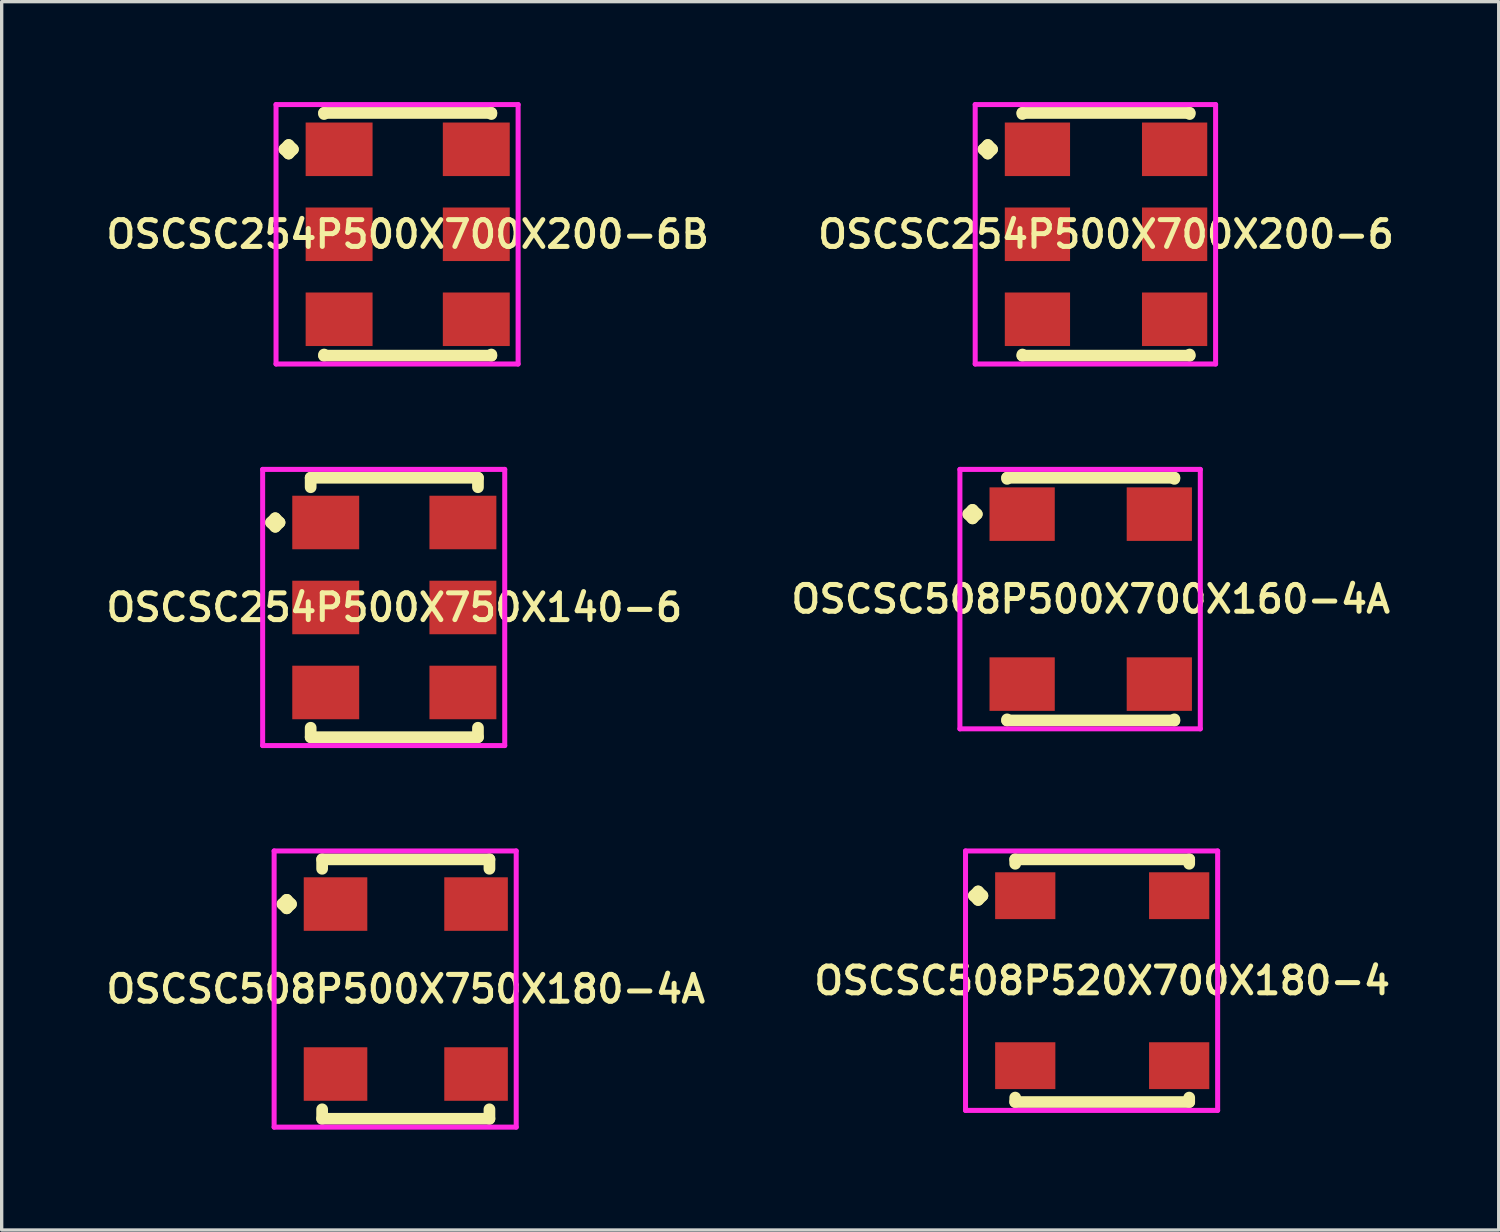
<source format=kicad_pcb>
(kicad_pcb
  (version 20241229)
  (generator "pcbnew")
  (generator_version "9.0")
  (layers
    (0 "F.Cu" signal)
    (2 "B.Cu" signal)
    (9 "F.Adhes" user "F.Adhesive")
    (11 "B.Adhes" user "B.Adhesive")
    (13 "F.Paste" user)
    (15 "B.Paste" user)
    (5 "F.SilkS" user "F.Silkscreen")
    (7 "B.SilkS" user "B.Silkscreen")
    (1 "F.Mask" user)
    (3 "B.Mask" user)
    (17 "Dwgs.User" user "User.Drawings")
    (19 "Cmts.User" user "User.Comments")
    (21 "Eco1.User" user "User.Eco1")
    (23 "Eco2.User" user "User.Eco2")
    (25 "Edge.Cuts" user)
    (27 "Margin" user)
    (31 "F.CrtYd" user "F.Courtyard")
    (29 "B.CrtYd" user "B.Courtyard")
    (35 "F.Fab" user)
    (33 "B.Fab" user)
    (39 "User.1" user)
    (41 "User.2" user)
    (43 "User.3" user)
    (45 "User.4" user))
  (footprint "OSCSC254P500X750X140-6"
    (layer "F.Cu")
    (at 8.735 15.106)
    (property "Reference" "OSCSC254P500X750X140-6" (at 0 0 0) (layer "F.SilkS") (effects (font (size 0.8 0.8) (thickness 0.15))))
    (attr through_hole)
    (fp_line (start -3.685 -2.54) (end -3.558 -2.667) (stroke (width 0.35) (type solid)) (layer "F.SilkS"))
    (fp_line (start -3.558 -2.667) (end -3.431 -2.54) (stroke (width 0.35) (type solid)) (layer "F.SilkS"))
    (fp_line (start -3.558 -2.413) (end -3.685 -2.54) (stroke (width 0.35) (type solid)) (layer "F.SilkS"))
    (fp_line (start -3.431 -2.54) (end -3.558 -2.413) (stroke (width 0.35) (type solid)) (layer "F.SilkS"))
    (fp_line (start -2.5 -3.877) (end 2.5 -3.877) (stroke (width 0.35) (type solid)) (layer "F.SilkS"))
    (fp_line (start -2.5 -3.594) (end -2.5 -3.877) (stroke (width 0.35) (type solid)) (layer "F.SilkS"))
    (fp_line (start -2.5 3.594) (end -2.5 3.877) (stroke (width 0.35) (type solid)) (layer "F.SilkS"))
    (fp_line (start -2.5 3.877) (end 2.5 3.877) (stroke (width 0.35) (type solid)) (layer "F.SilkS"))
    (fp_line (start 2.5 -3.877) (end 2.5 -3.594) (stroke (width 0.35) (type solid)) (layer "F.SilkS"))
    (fp_line (start 2.5 3.877) (end 2.5 3.594) (stroke (width 0.35) (type solid)) (layer "F.SilkS"))
    (fp_line (start -3.935 -4.127) (end 3.3 -4.127) (stroke (width 0.15) (type solid)) (layer "F.CrtYd"))
    (fp_line (start -3.935 4.127) (end -3.935 -4.127) (stroke (width 0.15) (type solid)) (layer "F.CrtYd"))
    (fp_line (start 3.3 -4.127) (end 3.3 4.127) (stroke (width 0.15) (type solid)) (layer "F.CrtYd"))
    (fp_line (start 3.3 4.127) (end -3.935 4.127) (stroke (width 0.15) (type solid)) (layer "F.CrtYd"))
    (pad "1" smd rect (at -2.05 -2.54) (size 2 1.6) (layers "F.Cu" "F.Mask" "F.Paste"))
    (pad "2" smd rect (at -2.05 0) (size 2 1.6) (layers "F.Cu" "F.Mask" "F.Paste"))
    (pad "3" smd rect (at -2.05 2.54) (size 2 1.6) (layers "F.Cu" "F.Mask" "F.Paste"))
    (pad "4" smd rect (at 2.05 2.54) (size 2 1.6) (layers "F.Cu" "F.Mask" "F.Paste"))
    (pad "5" smd rect (at 2.05 0) (size 2 1.6) (layers "F.Cu" "F.Mask" "F.Paste"))
    (pad "6" smd rect (at 2.05 -2.54) (size 2 1.6) (layers "F.Cu" "F.Mask" "F.Paste")))
  (footprint "OSCSC254P500X700X200-6"
    (layer "F.Cu")
    (at 30.006 3.952)
    (property "Reference" "OSCSC254P500X700X200-6" (at 0 0 0) (layer "F.SilkS") (effects (font (size 0.8 0.8) (thickness 0.15))))
    (attr smd)
    (fp_line (start -3.66 -2.54) (end -3.533 -2.667) (stroke (width 0.35) (type solid)) (layer "F.SilkS"))
    (fp_line (start -3.533 -2.667) (end -3.406 -2.54) (stroke (width 0.35) (type solid)) (layer "F.SilkS"))
    (fp_line (start -3.533 -2.413) (end -3.66 -2.54) (stroke (width 0.35) (type solid)) (layer "F.SilkS"))
    (fp_line (start -3.406 -2.54) (end -3.533 -2.413) (stroke (width 0.35) (type solid)) (layer "F.SilkS"))
    (fp_line (start -2.5 -3.627) (end 2.5 -3.627) (stroke (width 0.35) (type solid)) (layer "F.SilkS"))
    (fp_line (start -2.5 -3.594) (end -2.5 -3.627) (stroke (width 0.35) (type solid)) (layer "F.SilkS"))
    (fp_line (start -2.5 3.594) (end -2.5 3.627) (stroke (width 0.35) (type solid)) (layer "F.SilkS"))
    (fp_line (start -2.5 3.627) (end 2.5 3.627) (stroke (width 0.35) (type solid)) (layer "F.SilkS"))
    (fp_line (start 2.5 -3.627) (end 2.5 -3.594) (stroke (width 0.35) (type solid)) (layer "F.SilkS"))
    (fp_line (start 2.5 3.627) (end 2.5 3.594) (stroke (width 0.35) (type solid)) (layer "F.SilkS"))
    (fp_line (start -3.91 -3.877) (end 3.275 -3.877) (stroke (width 0.15) (type solid)) (layer "F.CrtYd"))
    (fp_line (start -3.91 3.877) (end -3.91 -3.877) (stroke (width 0.15) (type solid)) (layer "F.CrtYd"))
    (fp_line (start 3.275 -3.877) (end 3.275 3.877) (stroke (width 0.15) (type solid)) (layer "F.CrtYd"))
    (fp_line (start 3.275 3.877) (end -3.91 3.877) (stroke (width 0.15) (type solid)) (layer "F.CrtYd"))
    (pad "1" smd rect (at -2.05 -2.54) (size 1.95 1.6) (layers "F.Cu" "F.Mask" "F.Paste"))
    (pad "2" smd rect (at -2.05 0) (size 1.95 1.6) (layers "F.Cu" "F.Mask" "F.Paste"))
    (pad "3" smd rect (at -2.05 2.54) (size 1.95 1.6) (layers "F.Cu" "F.Mask" "F.Paste"))
    (pad "4" smd rect (at 2.05 2.54) (size 1.95 1.6) (layers "F.Cu" "F.Mask" "F.Paste"))
    (pad "5" smd rect (at 2.05 0) (size 1.95 1.6) (layers "F.Cu" "F.Mask" "F.Paste"))
    (pad "6" smd rect (at 2.05 -2.54) (size 1.95 1.6) (layers "F.Cu" "F.Mask" "F.Paste")))
  (footprint "OSCSC254P500X700X200-6B"
    (layer "F.Cu")
    (at 9.135 3.952)
    (property "Reference" "OSCSC254P500X700X200-6B" (at 0 0 0) (layer "F.SilkS") (effects (font (size 0.8 0.8) (thickness 0.15))))
    (attr smd)
    (fp_line (start -3.685 -2.54) (end -3.558 -2.667) (stroke (width 0.35) (type solid)) (layer "F.SilkS"))
    (fp_line (start -3.558 -2.667) (end -3.431 -2.54) (stroke (width 0.35) (type solid)) (layer "F.SilkS"))
    (fp_line (start -3.558 -2.413) (end -3.685 -2.54) (stroke (width 0.35) (type solid)) (layer "F.SilkS"))
    (fp_line (start -3.431 -2.54) (end -3.558 -2.413) (stroke (width 0.35) (type solid)) (layer "F.SilkS"))
    (fp_line (start -2.5 -3.627) (end 2.5 -3.627) (stroke (width 0.35) (type solid)) (layer "F.SilkS"))
    (fp_line (start -2.5 -3.594) (end -2.5 -3.627) (stroke (width 0.35) (type solid)) (layer "F.SilkS"))
    (fp_line (start -2.5 3.594) (end -2.5 3.627) (stroke (width 0.35) (type solid)) (layer "F.SilkS"))
    (fp_line (start -2.5 3.627) (end 2.5 3.627) (stroke (width 0.35) (type solid)) (layer "F.SilkS"))
    (fp_line (start 2.5 -3.627) (end 2.5 -3.594) (stroke (width 0.35) (type solid)) (layer "F.SilkS"))
    (fp_line (start 2.5 3.627) (end 2.5 3.594) (stroke (width 0.35) (type solid)) (layer "F.SilkS"))
    (fp_line (start -3.935 -3.877) (end 3.3 -3.877) (stroke (width 0.15) (type solid)) (layer "F.CrtYd"))
    (fp_line (start -3.935 3.877) (end -3.935 -3.877) (stroke (width 0.15) (type solid)) (layer "F.CrtYd"))
    (fp_line (start 3.3 -3.877) (end 3.3 3.877) (stroke (width 0.15) (type solid)) (layer "F.CrtYd"))
    (fp_line (start 3.3 3.877) (end -3.935 3.877) (stroke (width 0.15) (type solid)) (layer "F.CrtYd"))
    (pad "1" smd rect (at -2.05 -2.54) (size 2 1.6) (layers "F.Cu" "F.Mask" "F.Paste"))
    (pad "2" smd rect (at -2.05 0) (size 2 1.6) (layers "F.Cu" "F.Mask" "F.Paste"))
    (pad "3" smd rect (at -2.05 2.54) (size 2 1.6) (layers "F.Cu" "F.Mask" "F.Paste"))
    (pad "4" smd rect (at 2.05 2.54) (size 2 1.6) (layers "F.Cu" "F.Mask" "F.Paste"))
    (pad "5" smd rect (at 2.05 0) (size 2 1.6) (layers "F.Cu" "F.Mask" "F.Paste"))
    (pad "6" smd rect (at 2.05 -2.54) (size 2 1.6) (layers "F.Cu" "F.Mask" "F.Paste")))
  (footprint "OSCSC508P500X750X180-4A"
    (layer "F.Cu")
    (at 9.078 26.51)
    (property "Reference" "OSCSC508P500X750X180-4A" (at 0 0 0) (layer "F.SilkS") (effects (font (size 0.8 0.8) (thickness 0.15))))
    (attr smd)
    (fp_line (start -3.685 -2.54) (end -3.558 -2.667) (stroke (width 0.35) (type solid)) (layer "F.SilkS"))
    (fp_line (start -3.558 -2.667) (end -3.431 -2.54) (stroke (width 0.35) (type solid)) (layer "F.SilkS"))
    (fp_line (start -3.558 -2.413) (end -3.685 -2.54) (stroke (width 0.35) (type solid)) (layer "F.SilkS"))
    (fp_line (start -3.431 -2.54) (end -3.558 -2.413) (stroke (width 0.35) (type solid)) (layer "F.SilkS"))
    (fp_line (start -2.5 -3.877) (end 2.5 -3.877) (stroke (width 0.35) (type solid)) (layer "F.SilkS"))
    (fp_line (start -2.5 -3.594) (end -2.5 -3.877) (stroke (width 0.35) (type solid)) (layer "F.SilkS"))
    (fp_line (start -2.5 3.594) (end -2.5 3.877) (stroke (width 0.35) (type solid)) (layer "F.SilkS"))
    (fp_line (start -2.5 3.877) (end 2.5 3.877) (stroke (width 0.35) (type solid)) (layer "F.SilkS"))
    (fp_line (start 2.5 -3.877) (end 2.5 -3.594) (stroke (width 0.35) (type solid)) (layer "F.SilkS"))
    (fp_line (start 2.5 3.877) (end 2.5 3.594) (stroke (width 0.35) (type solid)) (layer "F.SilkS"))
    (fp_line (start -3.935 -4.127) (end 3.3 -4.127) (stroke (width 0.15) (type solid)) (layer "F.CrtYd"))
    (fp_line (start -3.935 4.127) (end -3.935 -4.127) (stroke (width 0.15) (type solid)) (layer "F.CrtYd"))
    (fp_line (start 3.3 -4.127) (end 3.3 4.127) (stroke (width 0.15) (type solid)) (layer "F.CrtYd"))
    (fp_line (start 3.3 4.127) (end -3.935 4.127) (stroke (width 0.15) (type solid)) (layer "F.CrtYd"))
    (pad "1" smd rect (at -2.1 -2.54) (size 1.9 1.6) (layers "F.Cu" "F.Mask" "F.Paste"))
    (pad "2" smd rect (at -2.1 2.54) (size 1.9 1.6) (layers "F.Cu" "F.Mask" "F.Paste"))
    (pad "3" smd rect (at 2.1 2.54) (size 1.9 1.6) (layers "F.Cu" "F.Mask" "F.Paste"))
    (pad "4" smd rect (at 2.1 -2.54) (size 1.9 1.6) (layers "F.Cu" "F.Mask" "F.Paste")))
  (footprint "OSCSC508P520X700X180-4"
    (layer "F.Cu")
    (at 29.892 26.26)
    (property "Reference" "OSCSC508P520X700X180-4" (at 0 0 0) (layer "F.SilkS") (effects (font (size 0.8 0.8) (thickness 0.15))))
    (attr smd)
    (fp_line (start -3.835 -2.54) (end -3.708 -2.667) (stroke (width 0.35) (type solid)) (layer "F.SilkS"))
    (fp_line (start -3.708 -2.667) (end -3.581 -2.54) (stroke (width 0.35) (type solid)) (layer "F.SilkS"))
    (fp_line (start -3.708 -2.413) (end -3.835 -2.54) (stroke (width 0.35) (type solid)) (layer "F.SilkS"))
    (fp_line (start -3.581 -2.54) (end -3.708 -2.413) (stroke (width 0.35) (type solid)) (layer "F.SilkS"))
    (fp_line (start -2.6 -3.627) (end 2.6 -3.627) (stroke (width 0.35) (type solid)) (layer "F.SilkS"))
    (fp_line (start -2.6 -3.494) (end -2.6 -3.627) (stroke (width 0.35) (type solid)) (layer "F.SilkS"))
    (fp_line (start -2.6 3.494) (end -2.6 3.627) (stroke (width 0.35) (type solid)) (layer "F.SilkS"))
    (fp_line (start -2.6 3.627) (end 2.6 3.627) (stroke (width 0.35) (type solid)) (layer "F.SilkS"))
    (fp_line (start 2.6 -3.627) (end 2.6 -3.494) (stroke (width 0.35) (type solid)) (layer "F.SilkS"))
    (fp_line (start 2.6 3.627) (end 2.6 3.494) (stroke (width 0.35) (type solid)) (layer "F.SilkS"))
    (fp_line (start -4.085 -3.877) (end 3.45 -3.877) (stroke (width 0.15) (type solid)) (layer "F.CrtYd"))
    (fp_line (start -4.085 3.877) (end -4.085 -3.877) (stroke (width 0.15) (type solid)) (layer "F.CrtYd"))
    (fp_line (start 3.45 -3.877) (end 3.45 3.877) (stroke (width 0.15) (type solid)) (layer "F.CrtYd"))
    (fp_line (start 3.45 3.877) (end -4.085 3.877) (stroke (width 0.15) (type solid)) (layer "F.CrtYd"))
    (pad "1" smd rect (at -2.3 -2.54) (size 1.8 1.4) (layers "F.Cu" "F.Mask" "F.Paste"))
    (pad "2" smd rect (at -2.3 2.54) (size 1.8 1.4) (layers "F.Cu" "F.Mask" "F.Paste"))
    (pad "3" smd rect (at 2.3 2.54) (size 1.8 1.4) (layers "F.Cu" "F.Mask" "F.Paste"))
    (pad "4" smd rect (at 2.3 -2.54) (size 1.8 1.4) (layers "F.Cu" "F.Mask" "F.Paste")))
  (footprint "OSCSC508P500X700X160-4A"
    (layer "F.Cu")
    (at 29.549 14.856)
    (property "Reference" "OSCSC508P500X700X160-4A" (at 0 0 0) (layer "F.SilkS") (effects (font (size 0.8 0.8) (thickness 0.15))))
    (attr smd)
    (fp_line (start -3.66 -2.54) (end -3.533 -2.667) (stroke (width 0.35) (type solid)) (layer "F.SilkS"))
    (fp_line (start -3.533 -2.667) (end -3.406 -2.54) (stroke (width 0.35) (type solid)) (layer "F.SilkS"))
    (fp_line (start -3.533 -2.413) (end -3.66 -2.54) (stroke (width 0.35) (type solid)) (layer "F.SilkS"))
    (fp_line (start -3.406 -2.54) (end -3.533 -2.413) (stroke (width 0.35) (type solid)) (layer "F.SilkS"))
    (fp_line (start -2.5 -3.627) (end 2.5 -3.627) (stroke (width 0.35) (type solid)) (layer "F.SilkS"))
    (fp_line (start -2.5 -3.594) (end -2.5 -3.627) (stroke (width 0.35) (type solid)) (layer "F.SilkS"))
    (fp_line (start -2.5 3.594) (end -2.5 3.627) (stroke (width 0.35) (type solid)) (layer "F.SilkS"))
    (fp_line (start -2.5 3.627) (end 2.5 3.627) (stroke (width 0.35) (type solid)) (layer "F.SilkS"))
    (fp_line (start 2.5 -3.627) (end 2.5 -3.594) (stroke (width 0.35) (type solid)) (layer "F.SilkS"))
    (fp_line (start 2.5 3.627) (end 2.5 3.594) (stroke (width 0.35) (type solid)) (layer "F.SilkS"))
    (fp_line (start -3.91 -3.877) (end 3.275 -3.877) (stroke (width 0.15) (type solid)) (layer "F.CrtYd"))
    (fp_line (start -3.91 3.877) (end -3.91 -3.877) (stroke (width 0.15) (type solid)) (layer "F.CrtYd"))
    (fp_line (start 3.275 -3.877) (end 3.275 3.877) (stroke (width 0.15) (type solid)) (layer "F.CrtYd"))
    (fp_line (start 3.275 3.877) (end -3.91 3.877) (stroke (width 0.15) (type solid)) (layer "F.CrtYd"))
    (pad "1" smd rect (at -2.05 -2.54) (size 1.95 1.6) (layers "F.Cu" "F.Mask" "F.Paste"))
    (pad "2" smd rect (at -2.05 2.54) (size 1.95 1.6) (layers "F.Cu" "F.Mask" "F.Paste"))
    (pad "3" smd rect (at 2.05 2.54) (size 1.95 1.6) (layers "F.Cu" "F.Mask" "F.Paste"))
    (pad "4" smd rect (at 2.05 -2.54) (size 1.95 1.6) (layers "F.Cu" "F.Mask" "F.Paste")))
  (gr_rect
    (start -3 -3)
    (end 41.742 33.712)
    (stroke (width 0.1) (type default))
    (fill no)
    (layer "Edge.Cuts")))
</source>
